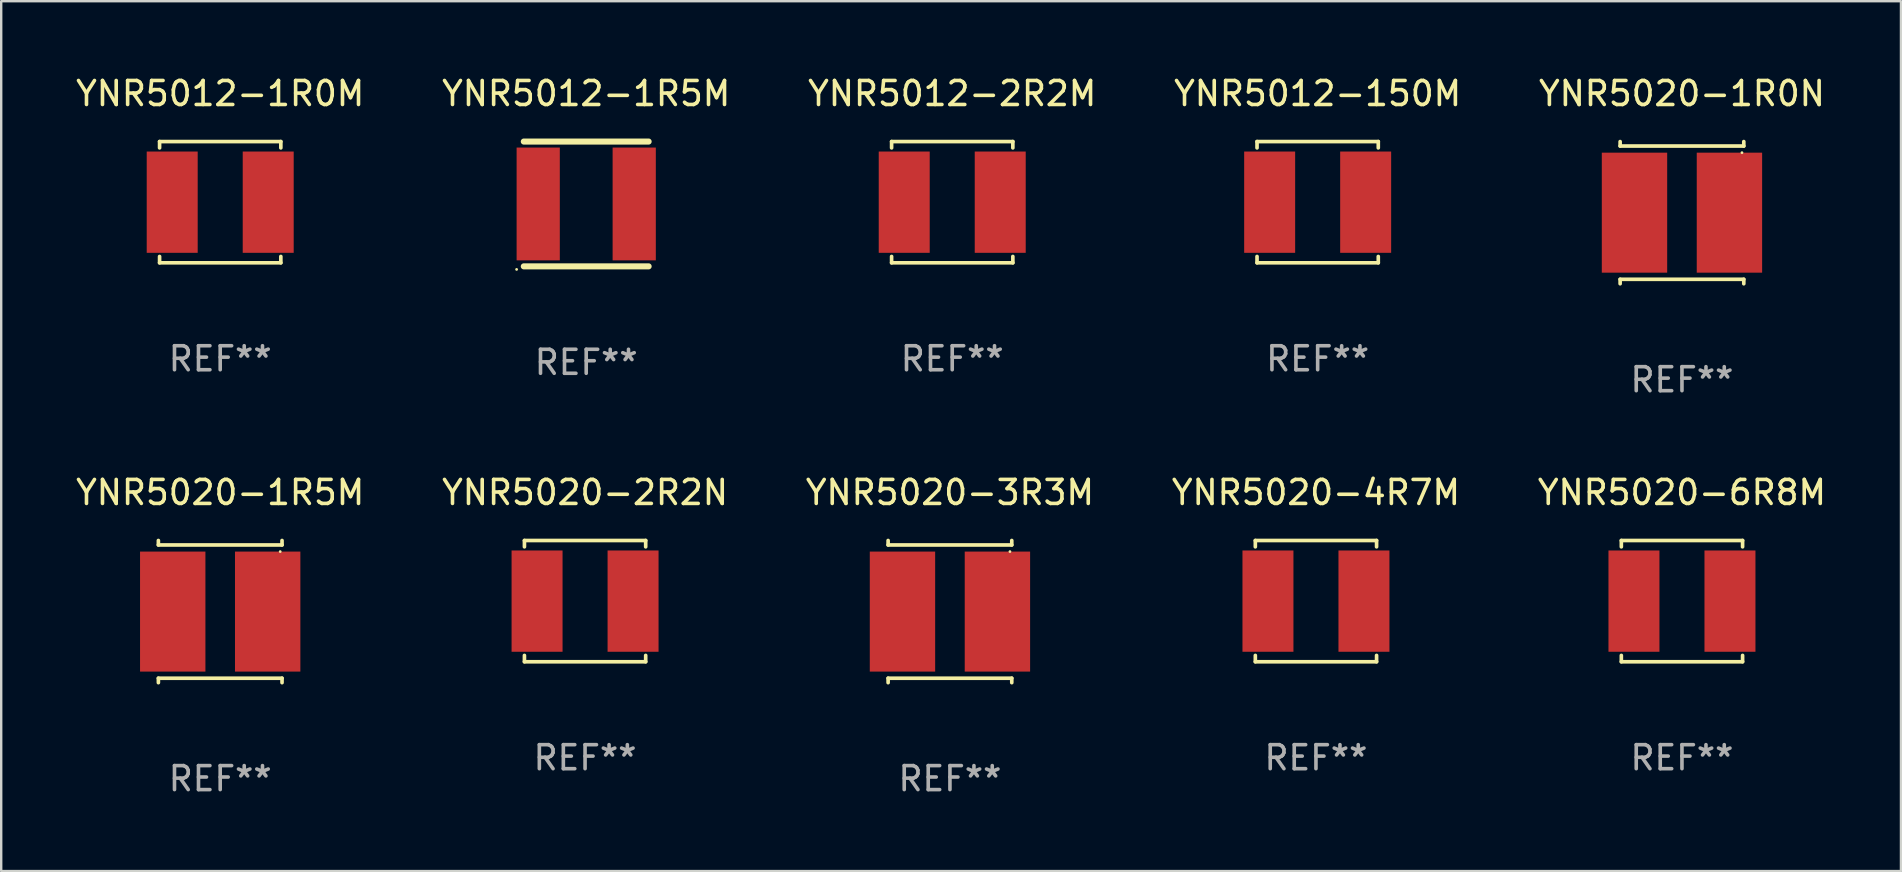
<source format=kicad_pcb>
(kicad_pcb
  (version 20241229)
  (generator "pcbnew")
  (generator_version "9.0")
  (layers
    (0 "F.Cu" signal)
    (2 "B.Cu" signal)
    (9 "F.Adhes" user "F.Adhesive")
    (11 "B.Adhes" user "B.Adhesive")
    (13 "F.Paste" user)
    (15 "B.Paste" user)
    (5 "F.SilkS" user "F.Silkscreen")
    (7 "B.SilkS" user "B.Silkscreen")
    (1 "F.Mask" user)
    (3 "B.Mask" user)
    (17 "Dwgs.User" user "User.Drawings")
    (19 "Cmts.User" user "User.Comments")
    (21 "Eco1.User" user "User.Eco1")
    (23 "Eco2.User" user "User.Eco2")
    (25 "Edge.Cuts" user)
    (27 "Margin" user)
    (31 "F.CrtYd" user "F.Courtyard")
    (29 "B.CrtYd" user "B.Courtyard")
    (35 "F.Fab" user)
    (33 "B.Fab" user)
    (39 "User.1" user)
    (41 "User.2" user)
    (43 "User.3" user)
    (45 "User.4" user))
  (footprint "YNR5020-2R2N"
    (layer "F.Cu")
    (at 21.327 21.996)
    (property "Reference" "YNR5020-2R2N" (at 0 -4.526 0) (layer "F.SilkS") (effects (font (size 1 1) (thickness 0.15))))
    (attr through_hole)
    (fp_line (start -2.526 -2.526) (end 2.526 -2.526) (stroke (width 0.152) (type solid)) (layer "F.SilkS"))
    (fp_line (start -2.526 -2.262) (end -2.526 -2.526) (stroke (width 0.152) (type solid)) (layer "F.SilkS"))
    (fp_line (start -2.526 2.262) (end -2.526 2.526) (stroke (width 0.152) (type solid)) (layer "F.SilkS"))
    (fp_line (start -2.526 2.526) (end 2.526 2.526) (stroke (width 0.152) (type solid)) (layer "F.SilkS"))
    (fp_line (start 2.526 -2.526) (end 2.526 -2.262) (stroke (width 0.152) (type solid)) (layer "F.SilkS"))
    (fp_line (start 2.526 2.526) (end 2.526 2.262) (stroke (width 0.152) (type solid)) (layer "F.SilkS"))
    (fp_circle (center 2.5 -2.5) (end 2.53 -2.5) (stroke (width 0.06) (type solid)) (fill no) (layer "F.SilkS"))
    (fp_text user "REF**" (at 0 6.526 0) (layer "F.Fab") (effects (font (size 1 1) (thickness 0.15))))
    (pad "1" smd rect (at 2 0) (size 2.124 4.22) (layers "F.Cu" "F.Mask" "F.Paste"))
    (pad "2" smd rect (at -2 0) (size 2.124 4.22) (layers "F.Cu" "F.Mask" "F.Paste")))
  (footprint "YNR5020-1R0N"
    (layer "F.Cu")
    (at 67.03 5.811)
    (property "Reference" "YNR5020-1R0N" (at 0 -4.962 0) (layer "F.SilkS") (effects (font (size 1 1) (thickness 0.15))))
    (attr through_hole)
    (fp_line (start -2.576 -2.962) (end -2.576 -2.776) (stroke (width 0.152) (type solid)) (layer "F.SilkS"))
    (fp_line (start -2.576 -2.776) (end 2.576 -2.776) (stroke (width 0.152) (type solid)) (layer "F.SilkS"))
    (fp_line (start -2.576 2.776) (end 2.576 2.776) (stroke (width 0.152) (type solid)) (layer "F.SilkS"))
    (fp_line (start -2.576 2.962) (end -2.576 2.776) (stroke (width 0.152) (type solid)) (layer "F.SilkS"))
    (fp_line (start 2.576 -2.776) (end 2.576 -2.962) (stroke (width 0.152) (type solid)) (layer "F.SilkS"))
    (fp_line (start 2.576 2.776) (end 2.576 2.962) (stroke (width 0.152) (type solid)) (layer "F.SilkS"))
    (fp_circle (center 2.5 -2.5) (end 2.53 -2.5) (stroke (width 0.06) (type solid)) (fill no) (layer "F.SilkS"))
    (fp_text user "REF**" (at 0 6.962 0) (layer "F.Fab") (effects (font (size 1 1) (thickness 0.15))))
    (pad "1" smd rect (at 1.978 0) (size 2.724 5) (layers "F.Cu" "F.Mask" "F.Paste"))
    (pad "2" smd rect (at -1.978 0) (size 2.724 5) (layers "F.Cu" "F.Mask" "F.Paste")))
  (footprint "YNR5012-1R5M"
    (layer "F.Cu")
    (at 21.375 5.448)
    (property "Reference" "YNR5012-1R5M" (at 0 -4.6 0) (layer "F.SilkS") (effects (font (size 1 1) (thickness 0.15))))
    (attr through_hole)
    (fp_line (start -2.6 -2.6) (end 2.6 -2.6) (stroke (width 0.254) (type solid)) (layer "F.SilkS"))
    (fp_line (start -2.6 2.6) (end 2.6 2.6) (stroke (width 0.254) (type solid)) (layer "F.SilkS"))
    (fp_circle (center -2.9 2.727) (end -2.87 2.727) (stroke (width 0.06) (type solid)) (fill no) (layer "F.SilkS"))
    (fp_text user "REF**" (at 0 6.6 0) (layer "F.Fab") (effects (font (size 1 1) (thickness 0.15))))
    (pad "1" smd rect (at -2 0) (size 1.8 4.7) (layers "F.Cu" "F.Mask" "F.Paste"))
    (pad "2" smd rect (at 2 0) (size 1.8 4.7) (layers "F.Cu" "F.Mask" "F.Paste")))
  (footprint "YNR5012-2R2M"
    (layer "F.Cu")
    (at 36.625 5.374)
    (property "Reference" "YNR5012-2R2M" (at 0 -4.526 0) (layer "F.SilkS") (effects (font (size 1 1) (thickness 0.15))))
    (attr through_hole)
    (fp_line (start -2.526 -2.526) (end 2.526 -2.526) (stroke (width 0.152) (type solid)) (layer "F.SilkS"))
    (fp_line (start -2.526 -2.262) (end -2.526 -2.526) (stroke (width 0.152) (type solid)) (layer "F.SilkS"))
    (fp_line (start -2.526 2.262) (end -2.526 2.526) (stroke (width 0.152) (type solid)) (layer "F.SilkS"))
    (fp_line (start -2.526 2.526) (end 2.526 2.526) (stroke (width 0.152) (type solid)) (layer "F.SilkS"))
    (fp_line (start 2.526 -2.526) (end 2.526 -2.262) (stroke (width 0.152) (type solid)) (layer "F.SilkS"))
    (fp_line (start 2.526 2.526) (end 2.526 2.262) (stroke (width 0.152) (type solid)) (layer "F.SilkS"))
    (fp_circle (center 2.5 -2.5) (end 2.53 -2.5) (stroke (width 0.06) (type solid)) (fill no) (layer "F.SilkS"))
    (fp_text user "REF**" (at 0 6.526 0) (layer "F.Fab") (effects (font (size 1 1) (thickness 0.15))))
    (pad "1" smd rect (at 2 0) (size 2.124 4.22) (layers "F.Cu" "F.Mask" "F.Paste"))
    (pad "2" smd rect (at -2 0) (size 2.124 4.22) (layers "F.Cu" "F.Mask" "F.Paste")))
  (footprint "YNR5012-1R0M"
    (layer "F.Cu")
    (at 6.125 5.374)
    (property "Reference" "YNR5012-1R0M" (at 0 -4.526 0) (layer "F.SilkS") (effects (font (size 1 1) (thickness 0.15))))
    (attr through_hole)
    (fp_line (start -2.526 -2.526) (end 2.526 -2.526) (stroke (width 0.152) (type solid)) (layer "F.SilkS"))
    (fp_line (start -2.526 -2.262) (end -2.526 -2.526) (stroke (width 0.152) (type solid)) (layer "F.SilkS"))
    (fp_line (start -2.526 2.262) (end -2.526 2.526) (stroke (width 0.152) (type solid)) (layer "F.SilkS"))
    (fp_line (start -2.526 2.526) (end 2.526 2.526) (stroke (width 0.152) (type solid)) (layer "F.SilkS"))
    (fp_line (start 2.526 -2.526) (end 2.526 -2.262) (stroke (width 0.152) (type solid)) (layer "F.SilkS"))
    (fp_line (start 2.526 2.526) (end 2.526 2.262) (stroke (width 0.152) (type solid)) (layer "F.SilkS"))
    (fp_circle (center 2.5 -2.5) (end 2.53 -2.5) (stroke (width 0.06) (type solid)) (fill no) (layer "F.SilkS"))
    (fp_text user "REF**" (at 0 6.526 0) (layer "F.Fab") (effects (font (size 1 1) (thickness 0.15))))
    (pad "1" smd rect (at 2 0) (size 2.124 4.22) (layers "F.Cu" "F.Mask" "F.Paste"))
    (pad "2" smd rect (at -2 0) (size 2.124 4.22) (layers "F.Cu" "F.Mask" "F.Paste")))
  (footprint "YNR5012-150M"
    (layer "F.Cu")
    (at 51.851 5.374)
    (property "Reference" "YNR5012-150M" (at 0 -4.526 0) (layer "F.SilkS") (effects (font (size 1 1) (thickness 0.15))))
    (attr through_hole)
    (fp_line (start -2.526 -2.526) (end 2.526 -2.526) (stroke (width 0.152) (type solid)) (layer "F.SilkS"))
    (fp_line (start -2.526 -2.262) (end -2.526 -2.526) (stroke (width 0.152) (type solid)) (layer "F.SilkS"))
    (fp_line (start -2.526 2.262) (end -2.526 2.526) (stroke (width 0.152) (type solid)) (layer "F.SilkS"))
    (fp_line (start -2.526 2.526) (end 2.526 2.526) (stroke (width 0.152) (type solid)) (layer "F.SilkS"))
    (fp_line (start 2.526 -2.526) (end 2.526 -2.262) (stroke (width 0.152) (type solid)) (layer "F.SilkS"))
    (fp_line (start 2.526 2.526) (end 2.526 2.262) (stroke (width 0.152) (type solid)) (layer "F.SilkS"))
    (fp_circle (center 2.5 -2.5) (end 2.53 -2.5) (stroke (width 0.06) (type solid)) (fill no) (layer "F.SilkS"))
    (fp_text user "REF**" (at 0 6.526 0) (layer "F.Fab") (effects (font (size 1 1) (thickness 0.15))))
    (pad "1" smd rect (at 2 0) (size 2.124 4.22) (layers "F.Cu" "F.Mask" "F.Paste"))
    (pad "2" smd rect (at -2 0) (size 2.124 4.22) (layers "F.Cu" "F.Mask" "F.Paste")))
  (footprint "YNR5020-3R3M"
    (layer "F.Cu")
    (at 36.53 22.432)
    (property "Reference" "YNR5020-3R3M" (at 0 -4.962 0) (layer "F.SilkS") (effects (font (size 1 1) (thickness 0.15))))
    (attr through_hole)
    (fp_line (start -2.576 -2.962) (end -2.576 -2.776) (stroke (width 0.152) (type solid)) (layer "F.SilkS"))
    (fp_line (start -2.576 -2.776) (end 2.576 -2.776) (stroke (width 0.152) (type solid)) (layer "F.SilkS"))
    (fp_line (start -2.576 2.776) (end 2.576 2.776) (stroke (width 0.152) (type solid)) (layer "F.SilkS"))
    (fp_line (start -2.576 2.962) (end -2.576 2.776) (stroke (width 0.152) (type solid)) (layer "F.SilkS"))
    (fp_line (start 2.576 -2.776) (end 2.576 -2.962) (stroke (width 0.152) (type solid)) (layer "F.SilkS"))
    (fp_line (start 2.576 2.776) (end 2.576 2.962) (stroke (width 0.152) (type solid)) (layer "F.SilkS"))
    (fp_circle (center 2.5 -2.5) (end 2.53 -2.5) (stroke (width 0.06) (type solid)) (fill no) (layer "F.SilkS"))
    (fp_text user "REF**" (at 0 6.962 0) (layer "F.Fab") (effects (font (size 1 1) (thickness 0.15))))
    (pad "1" smd rect (at 1.978 0) (size 2.724 5) (layers "F.Cu" "F.Mask" "F.Paste"))
    (pad "2" smd rect (at -1.978 0) (size 2.724 5) (layers "F.Cu" "F.Mask" "F.Paste")))
  (footprint "YNR5020-1R5M"
    (layer "F.Cu")
    (at 6.125 22.432)
    (property "Reference" "YNR5020-1R5M" (at 0 -4.962 0) (layer "F.SilkS") (effects (font (size 1 1) (thickness 0.15))))
    (attr through_hole)
    (fp_line (start -2.576 -2.962) (end -2.576 -2.776) (stroke (width 0.152) (type solid)) (layer "F.SilkS"))
    (fp_line (start -2.576 -2.776) (end 2.576 -2.776) (stroke (width 0.152) (type solid)) (layer "F.SilkS"))
    (fp_line (start -2.576 2.776) (end 2.576 2.776) (stroke (width 0.152) (type solid)) (layer "F.SilkS"))
    (fp_line (start -2.576 2.962) (end -2.576 2.776) (stroke (width 0.152) (type solid)) (layer "F.SilkS"))
    (fp_line (start 2.576 -2.776) (end 2.576 -2.962) (stroke (width 0.152) (type solid)) (layer "F.SilkS"))
    (fp_line (start 2.576 2.776) (end 2.576 2.962) (stroke (width 0.152) (type solid)) (layer "F.SilkS"))
    (fp_circle (center 2.5 -2.5) (end 2.53 -2.5) (stroke (width 0.06) (type solid)) (fill no) (layer "F.SilkS"))
    (fp_text user "REF**" (at 0 6.962 0) (layer "F.Fab") (effects (font (size 1 1) (thickness 0.15))))
    (pad "1" smd rect (at 1.978 0) (size 2.724 5) (layers "F.Cu" "F.Mask" "F.Paste"))
    (pad "2" smd rect (at -1.978 0) (size 2.724 5) (layers "F.Cu" "F.Mask" "F.Paste")))
  (footprint "YNR5020-4R7M"
    (layer "F.Cu")
    (at 51.78 21.996)
    (property "Reference" "YNR5020-4R7M" (at 0 -4.526 0) (layer "F.SilkS") (effects (font (size 1 1) (thickness 0.15))))
    (attr through_hole)
    (fp_line (start -2.526 -2.526) (end 2.526 -2.526) (stroke (width 0.152) (type solid)) (layer "F.SilkS"))
    (fp_line (start -2.526 -2.262) (end -2.526 -2.526) (stroke (width 0.152) (type solid)) (layer "F.SilkS"))
    (fp_line (start -2.526 2.262) (end -2.526 2.526) (stroke (width 0.152) (type solid)) (layer "F.SilkS"))
    (fp_line (start -2.526 2.526) (end 2.526 2.526) (stroke (width 0.152) (type solid)) (layer "F.SilkS"))
    (fp_line (start 2.526 -2.526) (end 2.526 -2.262) (stroke (width 0.152) (type solid)) (layer "F.SilkS"))
    (fp_line (start 2.526 2.526) (end 2.526 2.262) (stroke (width 0.152) (type solid)) (layer "F.SilkS"))
    (fp_circle (center 2.5 -2.5) (end 2.53 -2.5) (stroke (width 0.06) (type solid)) (fill no) (layer "F.SilkS"))
    (fp_text user "REF**" (at 0 6.526 0) (layer "F.Fab") (effects (font (size 1 1) (thickness 0.15))))
    (pad "1" smd rect (at 2 0) (size 2.124 4.22) (layers "F.Cu" "F.Mask" "F.Paste"))
    (pad "2" smd rect (at -2 0) (size 2.124 4.22) (layers "F.Cu" "F.Mask" "F.Paste")))
  (footprint "YNR5020-6R8M"
    (layer "F.Cu")
    (at 67.03 21.996)
    (property "Reference" "YNR5020-6R8M" (at 0 -4.526 0) (layer "F.SilkS") (effects (font (size 1 1) (thickness 0.15))))
    (attr through_hole)
    (fp_line (start -2.526 -2.526) (end 2.526 -2.526) (stroke (width 0.152) (type solid)) (layer "F.SilkS"))
    (fp_line (start -2.526 -2.262) (end -2.526 -2.526) (stroke (width 0.152) (type solid)) (layer "F.SilkS"))
    (fp_line (start -2.526 2.262) (end -2.526 2.526) (stroke (width 0.152) (type solid)) (layer "F.SilkS"))
    (fp_line (start -2.526 2.526) (end 2.526 2.526) (stroke (width 0.152) (type solid)) (layer "F.SilkS"))
    (fp_line (start 2.526 -2.526) (end 2.526 -2.262) (stroke (width 0.152) (type solid)) (layer "F.SilkS"))
    (fp_line (start 2.526 2.526) (end 2.526 2.262) (stroke (width 0.152) (type solid)) (layer "F.SilkS"))
    (fp_circle (center 2.5 -2.5) (end 2.53 -2.5) (stroke (width 0.06) (type solid)) (fill no) (layer "F.SilkS"))
    (fp_text user "REF**" (at 0 6.526 0) (layer "F.Fab") (effects (font (size 1 1) (thickness 0.15))))
    (pad "1" smd rect (at 2 0) (size 2.124 4.22) (layers "F.Cu" "F.Mask" "F.Paste"))
    (pad "2" smd rect (at -2 0) (size 2.124 4.22) (layers "F.Cu" "F.Mask" "F.Paste")))
  (gr_rect
    (start -3 -3)
    (end 76.155 33.243)
    (stroke (width 0.1) (type default))
    (fill no)
    (layer "Edge.Cuts")))
</source>
